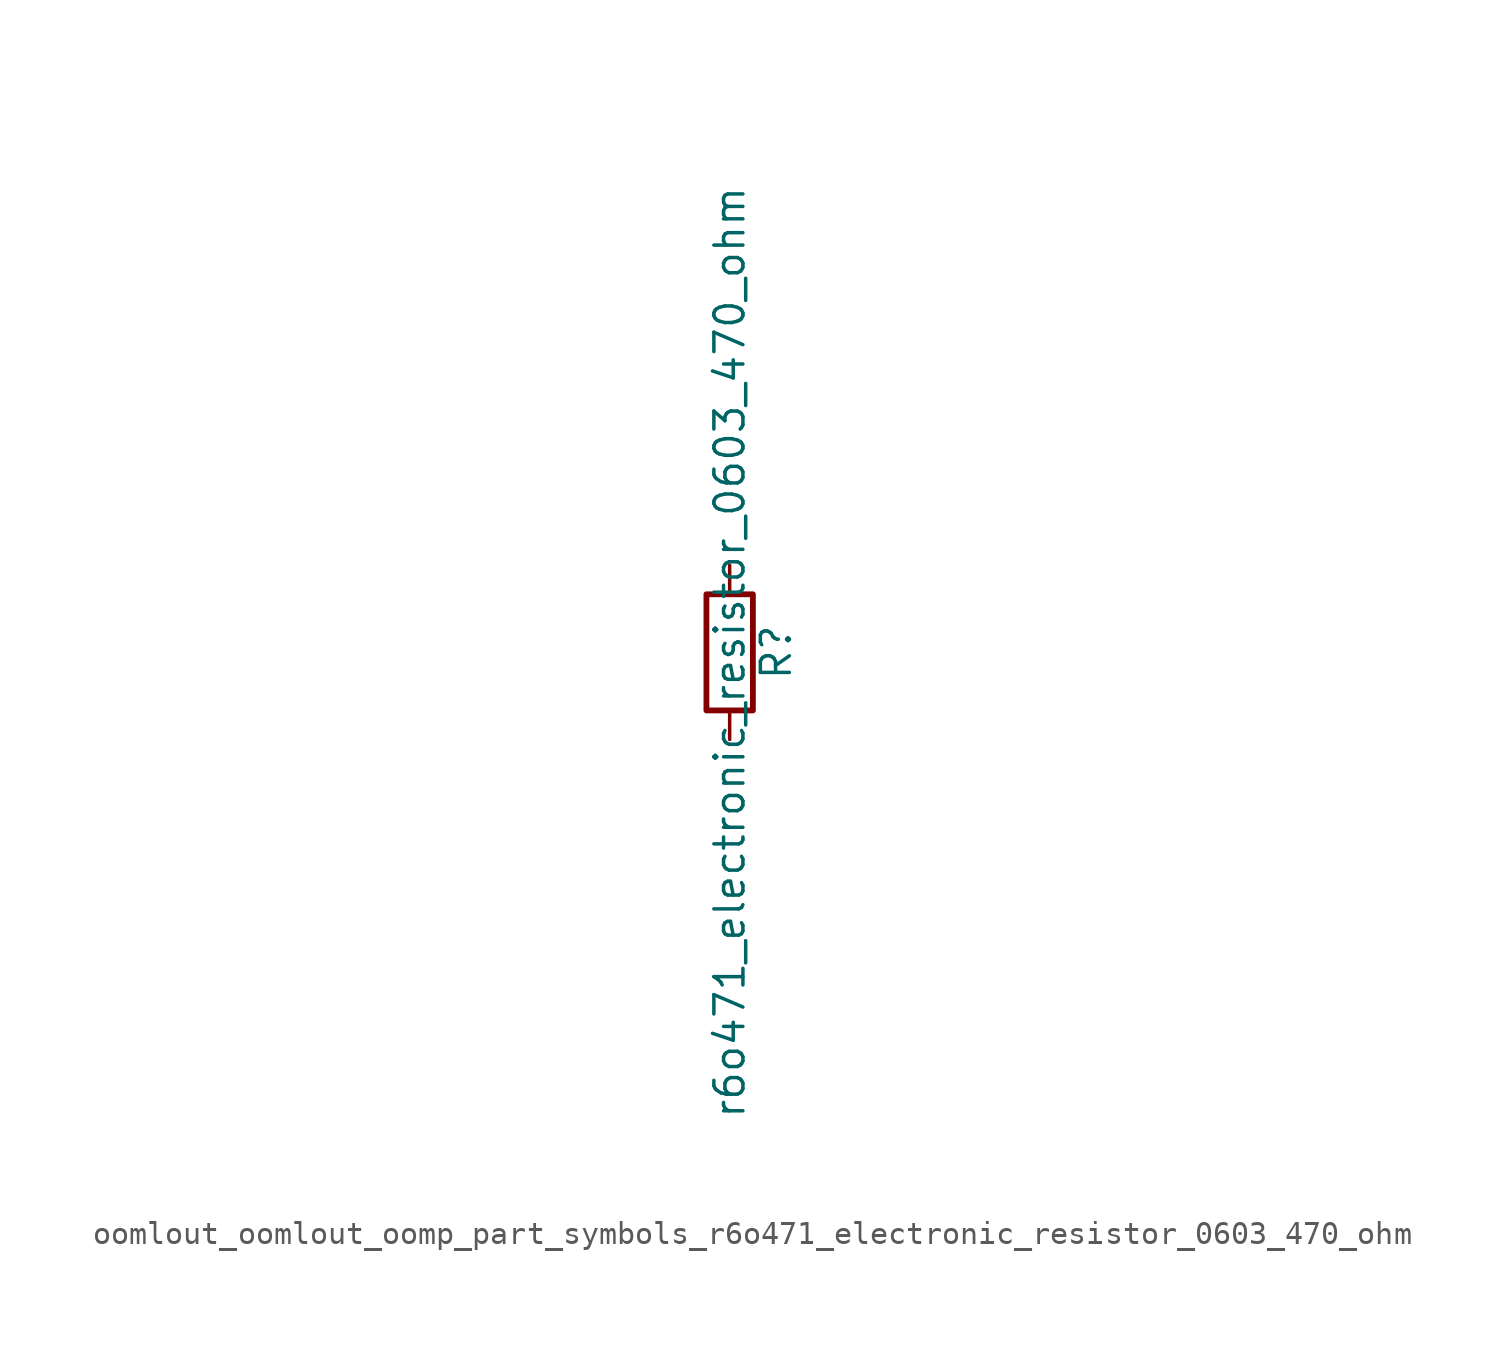
<source format=kicad_sym>
(kicad_symbol_lib
  (version 20220914)
  (generator kicad_symbol_editor)
  (symbol "oomlout_oomlout_oomp_part_symbols_r6o471_electronic_resistor_0603_470_ohm"
    (pin_numbers hide)
    (pin_names
      (offset 0))
    (property "Reference" "R"
      (at 2.032 0 90)
      (effects (font (size 1.27 1.27))))
    (property "Value" "r6o471_electronic_resistor_0603_470_ohm"
      (at 0 0 90)
      (effects (font (size 1.27 1.27))))
    (symbol "oomlout_oomlout_oomp_part_symbols_r6o471_electronic_resistor_0603_470_ohm_0_1"
      (rectangle (start -1.016 -2.54) (end 1.016 2.54) (stroke (width 0.254) (type default)) (fill (type none))))
    (symbol "oomlout_oomlout_oomp_part_symbols_r6o471_electronic_resistor_0603_470_ohm_1_1"
      (pin passive line (at 0 3.81 270) (length 1.27) (name "~" (effects (font (size 1.27 1.27)))) (number "1" (effects (font (size 1.27 1.27)))))
      (pin passive line (at 0 -3.81 90) (length 1.27) (name "~" (effects (font (size 1.27 1.27)))) (number "2" (effects (font (size 1.27 1.27))))))))
</source>
